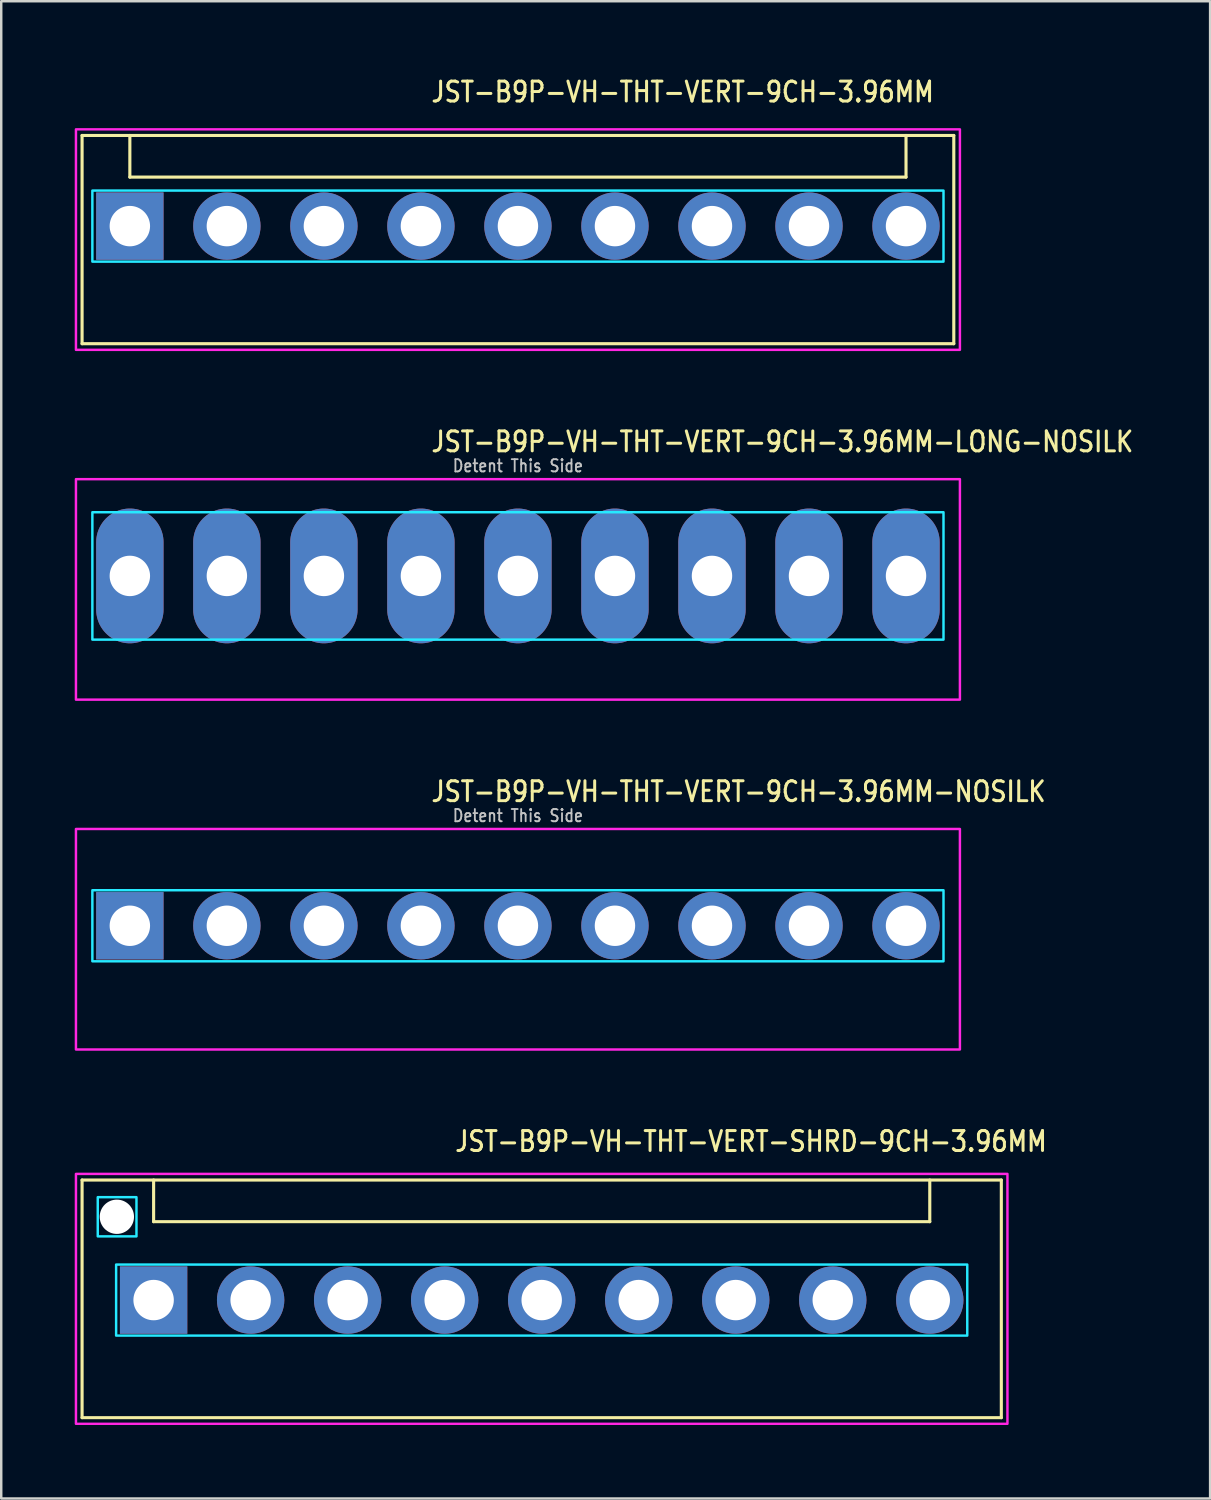
<source format=kicad_pcb>
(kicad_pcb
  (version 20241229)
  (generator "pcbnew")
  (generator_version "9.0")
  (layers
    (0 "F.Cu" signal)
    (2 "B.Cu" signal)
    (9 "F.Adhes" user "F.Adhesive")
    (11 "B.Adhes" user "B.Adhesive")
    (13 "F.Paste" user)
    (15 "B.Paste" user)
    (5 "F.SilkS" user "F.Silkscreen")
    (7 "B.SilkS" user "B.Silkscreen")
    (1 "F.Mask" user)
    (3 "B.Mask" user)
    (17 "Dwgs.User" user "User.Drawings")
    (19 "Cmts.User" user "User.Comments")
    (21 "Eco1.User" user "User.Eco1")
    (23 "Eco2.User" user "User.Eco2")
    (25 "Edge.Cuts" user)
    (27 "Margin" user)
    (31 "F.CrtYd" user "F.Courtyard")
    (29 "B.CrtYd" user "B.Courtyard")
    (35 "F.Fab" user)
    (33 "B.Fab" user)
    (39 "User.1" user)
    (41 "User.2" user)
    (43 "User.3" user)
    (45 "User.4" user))
  (footprint "JST-B9P-VH-THT-VERT-SHRD-9CH-3.96MM"
    (layer "F.Cu")
    (at 19.06 50.014)
    (property "Reference" "JST-B9P-VH-THT-VERT-SHRD-9CH-3.96MM" (at -3.6 -6 0) (unlocked yes) (layer "F.SilkS") (effects (font (size 0.813 0.695) (thickness 0.122)) (justify left bottom)))
    (fp_line (start -18.76 -4.9) (end 18.76 -4.9) (stroke (width 0.127) (type solid)) (layer "F.SilkS"))
    (fp_line (start -18.76 4.8) (end -18.76 -4.9) (stroke (width 0.127) (type solid)) (layer "F.SilkS"))
    (fp_line (start -18.76 4.8) (end 18.76 4.8) (stroke (width 0.127) (type solid)) (layer "F.SilkS"))
    (fp_line (start -15.84 -4.9) (end -15.84 -3.2) (stroke (width 0.127) (type solid)) (layer "F.SilkS"))
    (fp_line (start -15.84 -3.2) (end 15.84 -3.2) (stroke (width 0.127) (type solid)) (layer "F.SilkS"))
    (fp_line (start 15.84 -4.9) (end 15.84 -3.2) (stroke (width 0.127) (type solid)) (layer "F.SilkS"))
    (fp_line (start 18.76 -4.9) (end 18.76 4.8) (stroke (width 0.127) (type solid)) (layer "F.SilkS"))
    (fp_poly (pts (xy -17.37 -1.45) (xy -17.37 1.45) (xy 17.37 1.45) (xy 17.37 -1.45)) (stroke (width 0.1) (type solid)) (fill no) (layer "B.CrtYd"))
    (fp_poly (pts (xy -16.54 -4.2) (xy -16.54 -2.6) (xy -18.12 -2.6) (xy -18.12 -4.2)) (stroke (width 0.1) (type solid)) (fill no) (layer "B.CrtYd"))
    (fp_poly (pts (xy -19.01 -5.15) (xy -19.01 5.05) (xy 19.01 5.05) (xy 19.01 -5.15)) (stroke (width 0.1) (type solid)) (fill no) (layer "F.CrtYd"))
    (pad "" np_thru_hole circle (at -17.34 -3.4) (size 1.4 1.4) (drill 1.4) (layers "*.Cu" "*.Mask"))
    (pad "1" thru_hole rect (at -15.84 0) (size 2.75 2.75) (drill 1.65) (layers "*.Cu" "*.Mask"))
    (pad "2" thru_hole oval (at -11.88 0) (size 2.75 2.75) (drill 1.65) (layers "*.Cu" "*.Mask"))
    (pad "3" thru_hole oval (at -7.92 0) (size 2.75 2.75) (drill 1.65) (layers "*.Cu" "*.Mask"))
    (pad "4" thru_hole oval (at -3.96 0) (size 2.75 2.75) (drill 1.65) (layers "*.Cu" "*.Mask"))
    (pad "5" thru_hole oval (at 0 0) (size 2.75 2.75) (drill 1.65) (layers "*.Cu" "*.Mask"))
    (pad "6" thru_hole oval (at 3.96 0) (size 2.75 2.75) (drill 1.65) (layers "*.Cu" "*.Mask"))
    (pad "7" thru_hole oval (at 7.92 0) (size 2.75 2.75) (drill 1.65) (layers "*.Cu" "*.Mask"))
    (pad "8" thru_hole oval (at 11.88 0) (size 2.75 2.75) (drill 1.65) (layers "*.Cu" "*.Mask"))
    (pad "9" thru_hole oval (at 15.84 0) (size 2.75 2.75) (drill 1.65) (layers "*.Cu" "*.Mask")))
  (footprint "JST-B9P-VH-THT-VERT-9CH-3.96MM-NOSILK"
    (layer "F.Cu")
    (at 18.09 34.736)
    (property "Reference" "JST-B9P-VH-THT-VERT-9CH-3.96MM-NOSILK" (at -3.6 -5 0) (unlocked yes) (layer "F.SilkS") (effects (font (size 0.813 0.695) (thickness 0.122)) (justify left bottom)))
    (fp_poly (pts (xy -17.37 -1.45) (xy -17.37 1.45) (xy 17.37 1.45) (xy 17.37 -1.45)) (stroke (width 0.1) (type solid)) (fill no) (layer "B.CrtYd"))
    (fp_poly (pts (xy -18.04 -3.95) (xy -18.04 5.05) (xy 18.04 5.05) (xy 18.04 -3.95)) (stroke (width 0.1) (type solid)) (fill no) (layer "F.CrtYd"))
    (fp_text user "Detent This Side" (at 0 -4.2 0) (unlocked yes) (layer "Dwgs.User") (effects (font (size 0.5 0.427) (thickness 0.075)) (justify bottom)))
    (pad "1" thru_hole rect (at -15.84 0) (size 2.75 2.75) (drill 1.65) (layers "*.Cu" "*.Mask"))
    (pad "2" thru_hole oval (at -11.88 0) (size 2.75 2.75) (drill 1.65) (layers "*.Cu" "*.Mask"))
    (pad "3" thru_hole oval (at -7.92 0) (size 2.75 2.75) (drill 1.65) (layers "*.Cu" "*.Mask"))
    (pad "4" thru_hole oval (at -3.96 0) (size 2.75 2.75) (drill 1.65) (layers "*.Cu" "*.Mask"))
    (pad "5" thru_hole oval (at 0 0) (size 2.75 2.75) (drill 1.65) (layers "*.Cu" "*.Mask"))
    (pad "6" thru_hole oval (at 3.96 0) (size 2.75 2.75) (drill 1.65) (layers "*.Cu" "*.Mask"))
    (pad "7" thru_hole oval (at 7.92 0) (size 2.75 2.75) (drill 1.65) (layers "*.Cu" "*.Mask"))
    (pad "8" thru_hole oval (at 11.88 0) (size 2.75 2.75) (drill 1.65) (layers "*.Cu" "*.Mask"))
    (pad "9" thru_hole oval (at 15.84 0) (size 2.75 2.75) (drill 1.65) (layers "*.Cu" "*.Mask")))
  (footprint "JST-B9P-VH-THT-VERT-9CH-3.96MM-LONG-NOSILK"
    (layer "F.Cu")
    (at 18.09 20.457)
    (property "Reference" "JST-B9P-VH-THT-VERT-9CH-3.96MM-LONG-NOSILK" (at -3.6 -5 0) (unlocked yes) (layer "F.SilkS") (effects (font (size 0.813 0.695) (thickness 0.122)) (justify left bottom)))
    (fp_poly (pts (xy -17.37 -2.6) (xy -17.37 2.6) (xy 17.37 2.6) (xy 17.37 -2.6)) (stroke (width 0.1) (type solid)) (fill no) (layer "B.CrtYd"))
    (fp_poly (pts (xy -18.04 -3.95) (xy -18.04 5.05) (xy 18.04 5.05) (xy 18.04 -3.95)) (stroke (width 0.1) (type solid)) (fill no) (layer "F.CrtYd"))
    (fp_text user "Detent This Side" (at 0 -4.2 0) (unlocked yes) (layer "Dwgs.User") (effects (font (size 0.5 0.427) (thickness 0.075)) (justify bottom)))
    (pad "1" thru_hole oval (at -15.84 0 90) (size 5.5 2.75) (drill 1.65) (layers "*.Cu" "*.Mask"))
    (pad "2" thru_hole oval (at -11.88 0 90) (size 5.5 2.75) (drill 1.65) (layers "*.Cu" "*.Mask"))
    (pad "3" thru_hole oval (at -7.92 0 90) (size 5.5 2.75) (drill 1.65) (layers "*.Cu" "*.Mask"))
    (pad "4" thru_hole oval (at -3.96 0 90) (size 5.5 2.75) (drill 1.65) (layers "*.Cu" "*.Mask"))
    (pad "5" thru_hole oval (at 0 0 90) (size 5.5 2.75) (drill 1.65) (layers "*.Cu" "*.Mask"))
    (pad "6" thru_hole oval (at 3.96 0 90) (size 5.5 2.75) (drill 1.65) (layers "*.Cu" "*.Mask"))
    (pad "7" thru_hole oval (at 7.92 0 90) (size 5.5 2.75) (drill 1.65) (layers "*.Cu" "*.Mask"))
    (pad "8" thru_hole oval (at 11.88 0 90) (size 5.5 2.75) (drill 1.65) (layers "*.Cu" "*.Mask"))
    (pad "9" thru_hole oval (at 15.84 0 90) (size 5.5 2.75) (drill 1.65) (layers "*.Cu" "*.Mask")))
  (footprint "JST-B9P-VH-THT-VERT-9CH-3.96MM"
    (layer "F.Cu")
    (at 18.09 6.179)
    (property "Reference" "JST-B9P-VH-THT-VERT-9CH-3.96MM" (at -3.6 -5 0) (unlocked yes) (layer "F.SilkS") (effects (font (size 0.813 0.695) (thickness 0.122)) (justify left bottom)))
    (fp_line (start -17.79 -3.7) (end 17.79 -3.7) (stroke (width 0.127) (type solid)) (layer "F.SilkS"))
    (fp_line (start -17.79 4.8) (end -17.79 -3.7) (stroke (width 0.127) (type solid)) (layer "F.SilkS"))
    (fp_line (start -17.79 4.8) (end 17.79 4.8) (stroke (width 0.127) (type solid)) (layer "F.SilkS"))
    (fp_line (start -15.84 -3.7) (end -15.84 -2) (stroke (width 0.127) (type solid)) (layer "F.SilkS"))
    (fp_line (start -15.84 -2) (end 15.84 -2) (stroke (width 0.127) (type solid)) (layer "F.SilkS"))
    (fp_line (start 15.84 -3.7) (end 15.84 -2) (stroke (width 0.127) (type solid)) (layer "F.SilkS"))
    (fp_line (start 17.79 -3.7) (end 17.79 4.8) (stroke (width 0.127) (type solid)) (layer "F.SilkS"))
    (fp_poly (pts (xy -17.37 -1.45) (xy -17.37 1.45) (xy 17.37 1.45) (xy 17.37 -1.45)) (stroke (width 0.1) (type solid)) (fill no) (layer "B.CrtYd"))
    (fp_poly (pts (xy -18.04 -3.95) (xy -18.04 5.05) (xy 18.04 5.05) (xy 18.04 -3.95)) (stroke (width 0.1) (type solid)) (fill no) (layer "F.CrtYd"))
    (pad "P$1" thru_hole rect (at -15.84 0) (size 2.75 2.75) (drill 1.65) (layers "*.Cu" "*.Mask"))
    (pad "P$2" thru_hole oval (at -11.88 0) (size 2.75 2.75) (drill 1.65) (layers "*.Cu" "*.Mask"))
    (pad "P$3" thru_hole oval (at -7.92 0) (size 2.75 2.75) (drill 1.65) (layers "*.Cu" "*.Mask"))
    (pad "P$4" thru_hole oval (at -3.96 0) (size 2.75 2.75) (drill 1.65) (layers "*.Cu" "*.Mask"))
    (pad "P$5" thru_hole oval (at 0 0) (size 2.75 2.75) (drill 1.65) (layers "*.Cu" "*.Mask"))
    (pad "P$6" thru_hole oval (at 3.96 0) (size 2.75 2.75) (drill 1.65) (layers "*.Cu" "*.Mask"))
    (pad "P$7" thru_hole oval (at 7.92 0) (size 2.75 2.75) (drill 1.65) (layers "*.Cu" "*.Mask"))
    (pad "P$8" thru_hole oval (at 11.88 0) (size 2.75 2.75) (drill 1.65) (layers "*.Cu" "*.Mask"))
    (pad "P$9" thru_hole oval (at 15.84 0) (size 2.75 2.75) (drill 1.65) (layers "*.Cu" "*.Mask")))
  (gr_rect
    (start -3 -3)
    (end 46.342 58.114)
    (stroke (width 0.1) (type default))
    (fill no)
    (layer "Edge.Cuts")))
</source>
